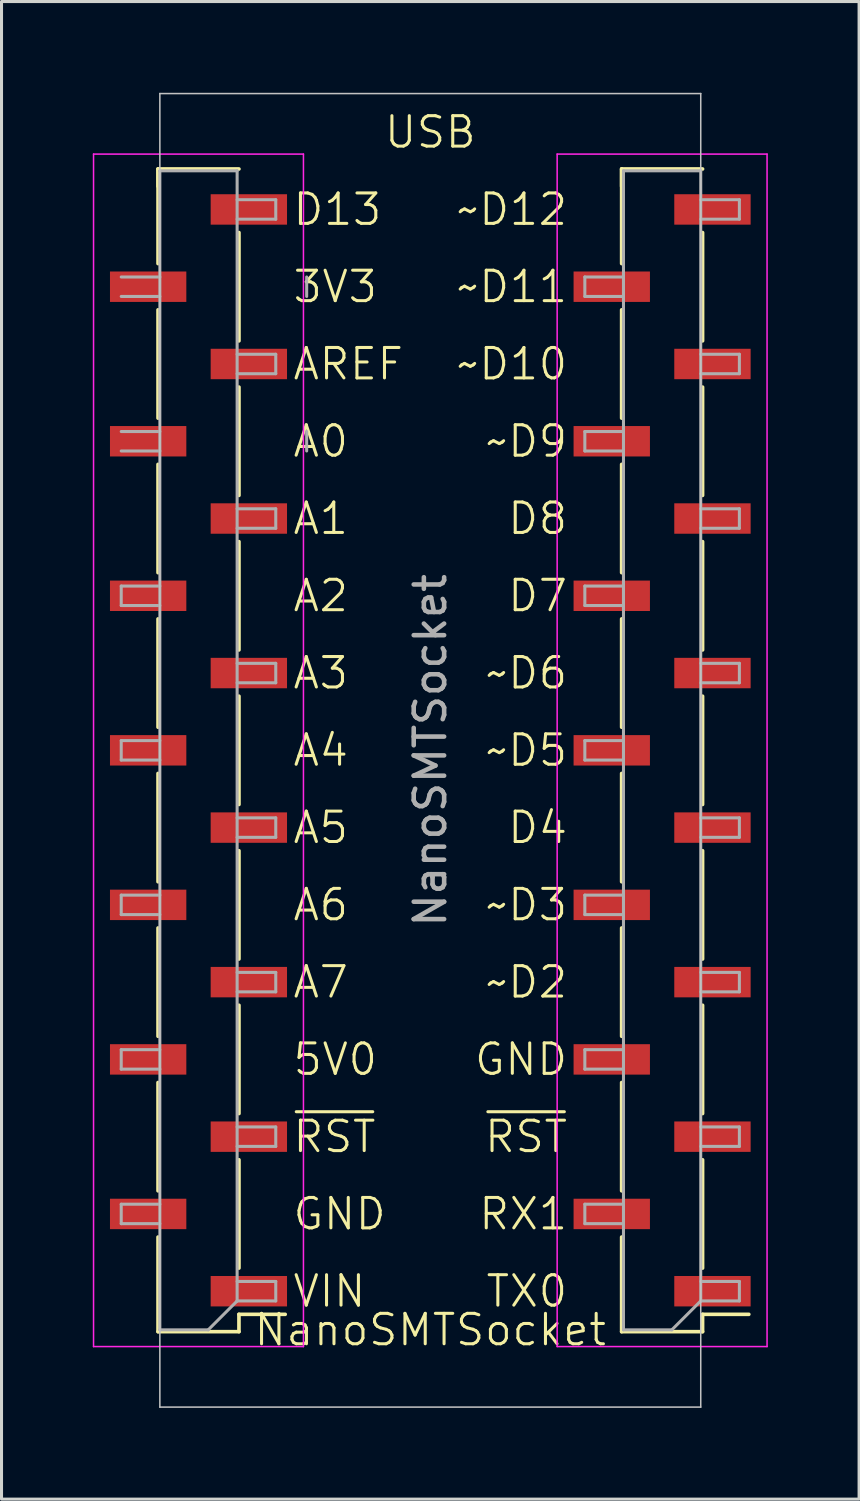
<source format=kicad_pcb>
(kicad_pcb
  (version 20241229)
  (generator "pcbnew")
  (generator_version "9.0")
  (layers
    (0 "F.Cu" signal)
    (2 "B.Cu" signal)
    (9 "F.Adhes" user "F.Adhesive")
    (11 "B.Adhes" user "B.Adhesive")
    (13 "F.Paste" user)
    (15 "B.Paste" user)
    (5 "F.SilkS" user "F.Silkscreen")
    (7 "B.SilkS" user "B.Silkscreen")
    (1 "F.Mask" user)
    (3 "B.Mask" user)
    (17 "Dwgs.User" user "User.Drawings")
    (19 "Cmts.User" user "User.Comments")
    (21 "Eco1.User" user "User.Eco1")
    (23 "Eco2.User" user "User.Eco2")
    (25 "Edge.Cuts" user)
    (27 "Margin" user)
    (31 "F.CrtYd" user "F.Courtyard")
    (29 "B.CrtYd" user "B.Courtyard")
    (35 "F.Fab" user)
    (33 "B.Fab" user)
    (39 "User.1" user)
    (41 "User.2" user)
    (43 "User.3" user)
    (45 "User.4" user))
  (footprint "NanoSMTSocket"
    (layer "F.Cu")
    (at 11.095 21.615)
    (property "Reference" "NanoSMTSocket" (at 0 19.05 0) (unlocked yes) (layer "F.SilkS") (effects (font (size 1 1) (thickness 0.1))))
    (attr smd)
    (fp_line (start -8.95 -18.54) (end -8.95 -19.11) (stroke (width 0.12) (type solid)) (layer "F.SilkS"))
    (fp_line (start -8.95 -16) (end -8.95 -19.11) (stroke (width 0.12) (type solid)) (layer "F.SilkS"))
    (fp_line (start -8.95 -10.92) (end -8.95 -14.48) (stroke (width 0.12) (type solid)) (layer "F.SilkS"))
    (fp_line (start -8.95 -5.84) (end -8.95 -9.4) (stroke (width 0.12) (type solid)) (layer "F.SilkS"))
    (fp_line (start -8.95 -0.76) (end -8.95 -4.32) (stroke (width 0.12) (type solid)) (layer "F.SilkS"))
    (fp_line (start -8.95 4.32) (end -8.95 0.76) (stroke (width 0.12) (type solid)) (layer "F.SilkS"))
    (fp_line (start -8.95 9.4) (end -8.95 5.84) (stroke (width 0.12) (type solid)) (layer "F.SilkS"))
    (fp_line (start -8.95 14.48) (end -8.95 10.92) (stroke (width 0.12) (type solid)) (layer "F.SilkS"))
    (fp_line (start -8.95 19.11) (end -8.95 16) (stroke (width 0.12) (type solid)) (layer "F.SilkS"))
    (fp_line (start -6.29 -19.11) (end -8.95 -19.11) (stroke (width 0.12) (type solid)) (layer "F.SilkS"))
    (fp_line (start -6.29 -13.46) (end -6.29 -17.02) (stroke (width 0.12) (type solid)) (layer "F.SilkS"))
    (fp_line (start -6.29 -8.38) (end -6.29 -11.94) (stroke (width 0.12) (type solid)) (layer "F.SilkS"))
    (fp_line (start -6.29 -3.3) (end -6.29 -6.86) (stroke (width 0.12) (type solid)) (layer "F.SilkS"))
    (fp_line (start -6.29 1.78) (end -6.29 -1.78) (stroke (width 0.12) (type solid)) (layer "F.SilkS"))
    (fp_line (start -6.29 6.86) (end -6.29 3.3) (stroke (width 0.12) (type solid)) (layer "F.SilkS"))
    (fp_line (start -6.29 11.94) (end -6.29 8.38) (stroke (width 0.12) (type solid)) (layer "F.SilkS"))
    (fp_line (start -6.29 17.02) (end -6.29 13.46) (stroke (width 0.12) (type solid)) (layer "F.SilkS"))
    (fp_line (start -6.29 18.54) (end -4.77 18.54) (stroke (width 0.12) (type solid)) (layer "F.SilkS"))
    (fp_line (start -6.29 19.11) (end -8.95 19.11) (stroke (width 0.12) (type solid)) (layer "F.SilkS"))
    (fp_line (start -6.29 19.11) (end -6.29 18.54) (stroke (width 0.12) (type solid)) (layer "F.SilkS"))
    (fp_line (start 6.29 -18.54) (end 6.29 -19.11) (stroke (width 0.12) (type solid)) (layer "F.SilkS"))
    (fp_line (start 6.29 -16) (end 6.29 -19.11) (stroke (width 0.12) (type solid)) (layer "F.SilkS"))
    (fp_line (start 6.29 -10.92) (end 6.29 -14.48) (stroke (width 0.12) (type solid)) (layer "F.SilkS"))
    (fp_line (start 6.29 -5.84) (end 6.29 -9.4) (stroke (width 0.12) (type solid)) (layer "F.SilkS"))
    (fp_line (start 6.29 -0.76) (end 6.29 -4.32) (stroke (width 0.12) (type solid)) (layer "F.SilkS"))
    (fp_line (start 6.29 4.32) (end 6.29 0.76) (stroke (width 0.12) (type solid)) (layer "F.SilkS"))
    (fp_line (start 6.29 9.4) (end 6.29 5.84) (stroke (width 0.12) (type solid)) (layer "F.SilkS"))
    (fp_line (start 6.29 14.48) (end 6.29 10.92) (stroke (width 0.12) (type solid)) (layer "F.SilkS"))
    (fp_line (start 6.29 19.11) (end 6.29 16) (stroke (width 0.12) (type solid)) (layer "F.SilkS"))
    (fp_line (start 8.95 -19.11) (end 6.29 -19.11) (stroke (width 0.12) (type solid)) (layer "F.SilkS"))
    (fp_line (start 8.95 -13.46) (end 8.95 -17.02) (stroke (width 0.12) (type solid)) (layer "F.SilkS"))
    (fp_line (start 8.95 -8.38) (end 8.95 -11.94) (stroke (width 0.12) (type solid)) (layer "F.SilkS"))
    (fp_line (start 8.95 -3.3) (end 8.95 -6.86) (stroke (width 0.12) (type solid)) (layer "F.SilkS"))
    (fp_line (start 8.95 1.78) (end 8.95 -1.78) (stroke (width 0.12) (type solid)) (layer "F.SilkS"))
    (fp_line (start 8.95 6.86) (end 8.95 3.3) (stroke (width 0.12) (type solid)) (layer "F.SilkS"))
    (fp_line (start 8.95 11.94) (end 8.95 8.38) (stroke (width 0.12) (type solid)) (layer "F.SilkS"))
    (fp_line (start 8.95 17.02) (end 8.95 13.46) (stroke (width 0.12) (type solid)) (layer "F.SilkS"))
    (fp_line (start 8.95 18.54) (end 10.47 18.54) (stroke (width 0.12) (type solid)) (layer "F.SilkS"))
    (fp_line (start 8.95 19.11) (end 6.29 19.11) (stroke (width 0.12) (type solid)) (layer "F.SilkS"))
    (fp_line (start 8.95 19.11) (end 8.95 18.54) (stroke (width 0.12) (type solid)) (layer "F.SilkS"))
    (fp_line (start -8.89 -21.59) (end -8.89 21.59) (stroke (width 0.05) (type default)) (layer "Dwgs.User"))
    (fp_line (start -8.89 21.59) (end 8.89 21.59) (stroke (width 0.05) (type default)) (layer "Dwgs.User"))
    (fp_line (start 8.89 -21.59) (end -8.89 -21.59) (stroke (width 0.05) (type default)) (layer "Dwgs.User"))
    (fp_line (start 8.89 21.59) (end 8.89 -21.59) (stroke (width 0.05) (type default)) (layer "Dwgs.User"))
    (fp_line (start -11.07 -19.6) (end -11.07 19.6) (stroke (width 0.05) (type solid)) (layer "F.CrtYd"))
    (fp_line (start -11.07 19.6) (end -4.17 19.6) (stroke (width 0.05) (type solid)) (layer "F.CrtYd"))
    (fp_line (start -4.17 -19.6) (end -11.07 -19.6) (stroke (width 0.05) (type solid)) (layer "F.CrtYd"))
    (fp_line (start -4.17 19.6) (end -4.17 -19.6) (stroke (width 0.05) (type solid)) (layer "F.CrtYd"))
    (fp_line (start 4.17 -19.6) (end 4.17 19.6) (stroke (width 0.05) (type solid)) (layer "F.CrtYd"))
    (fp_line (start 4.17 19.6) (end 11.07 19.6) (stroke (width 0.05) (type solid)) (layer "F.CrtYd"))
    (fp_line (start 11.07 -19.6) (end 4.17 -19.6) (stroke (width 0.05) (type solid)) (layer "F.CrtYd"))
    (fp_line (start 11.07 19.6) (end 11.07 -19.6) (stroke (width 0.05) (type solid)) (layer "F.CrtYd"))
    (fp_line (start -10.16 -15.56) (end -8.89 -15.56) (stroke (width 0.1) (type solid)) (layer "F.Fab"))
    (fp_line (start -10.16 -10.48) (end -8.89 -10.48) (stroke (width 0.1) (type solid)) (layer "F.Fab"))
    (fp_line (start -10.16 -5.4) (end -8.89 -5.4) (stroke (width 0.1) (type solid)) (layer "F.Fab"))
    (fp_line (start -10.16 -4.76) (end -10.16 -5.4) (stroke (width 0.1) (type solid)) (layer "F.Fab"))
    (fp_line (start -10.16 -0.32) (end -8.89 -0.32) (stroke (width 0.1) (type solid)) (layer "F.Fab"))
    (fp_line (start -10.16 0.32) (end -10.16 -0.32) (stroke (width 0.1) (type solid)) (layer "F.Fab"))
    (fp_line (start -10.16 4.76) (end -8.89 4.76) (stroke (width 0.1) (type solid)) (layer "F.Fab"))
    (fp_line (start -10.16 5.4) (end -10.16 4.76) (stroke (width 0.1) (type solid)) (layer "F.Fab"))
    (fp_line (start -10.16 9.84) (end -8.89 9.84) (stroke (width 0.1) (type solid)) (layer "F.Fab"))
    (fp_line (start -10.16 10.48) (end -10.16 9.84) (stroke (width 0.1) (type solid)) (layer "F.Fab"))
    (fp_line (start -10.16 14.92) (end -8.89 14.92) (stroke (width 0.1) (type solid)) (layer "F.Fab"))
    (fp_line (start -10.16 15.56) (end -10.16 14.92) (stroke (width 0.1) (type solid)) (layer "F.Fab"))
    (fp_line (start -8.89 -19.05) (end -6.35 -19.05) (stroke (width 0.1) (type solid)) (layer "F.Fab"))
    (fp_line (start -8.89 -14.92) (end -10.16 -14.92) (stroke (width 0.1) (type solid)) (layer "F.Fab"))
    (fp_line (start -8.89 -9.84) (end -10.16 -9.84) (stroke (width 0.1) (type solid)) (layer "F.Fab"))
    (fp_line (start -8.89 -4.76) (end -10.16 -4.76) (stroke (width 0.1) (type solid)) (layer "F.Fab"))
    (fp_line (start -8.89 0.32) (end -10.16 0.32) (stroke (width 0.1) (type solid)) (layer "F.Fab"))
    (fp_line (start -8.89 5.4) (end -10.16 5.4) (stroke (width 0.1) (type solid)) (layer "F.Fab"))
    (fp_line (start -8.89 10.48) (end -10.16 10.48) (stroke (width 0.1) (type solid)) (layer "F.Fab"))
    (fp_line (start -8.89 15.56) (end -10.16 15.56) (stroke (width 0.1) (type solid)) (layer "F.Fab"))
    (fp_line (start -8.89 19.05) (end -8.89 -19.05) (stroke (width 0.1) (type solid)) (layer "F.Fab"))
    (fp_line (start -7.3 19.05) (end -8.89 19.05) (stroke (width 0.1) (type solid)) (layer "F.Fab"))
    (fp_line (start -6.35 -19.05) (end -6.35 18.1) (stroke (width 0.1) (type solid)) (layer "F.Fab"))
    (fp_line (start -6.35 -17.46) (end -5.08 -17.46) (stroke (width 0.1) (type solid)) (layer "F.Fab"))
    (fp_line (start -6.35 -12.38) (end -5.08 -12.38) (stroke (width 0.1) (type solid)) (layer "F.Fab"))
    (fp_line (start -6.35 -7.3) (end -5.08 -7.3) (stroke (width 0.1) (type solid)) (layer "F.Fab"))
    (fp_line (start -6.35 -2.22) (end -5.08 -2.22) (stroke (width 0.1) (type solid)) (layer "F.Fab"))
    (fp_line (start -6.35 2.86) (end -5.08 2.86) (stroke (width 0.1) (type solid)) (layer "F.Fab"))
    (fp_line (start -6.35 7.94) (end -5.08 7.94) (stroke (width 0.1) (type solid)) (layer "F.Fab"))
    (fp_line (start -6.35 13.02) (end -5.08 13.02) (stroke (width 0.1) (type solid)) (layer "F.Fab"))
    (fp_line (start -6.35 18.1) (end -7.3 19.05) (stroke (width 0.1) (type solid)) (layer "F.Fab"))
    (fp_line (start -6.35 18.1) (end -5.08 18.1) (stroke (width 0.1) (type solid)) (layer "F.Fab"))
    (fp_line (start -5.08 -18.1) (end -6.35 -18.1) (stroke (width 0.1) (type solid)) (layer "F.Fab"))
    (fp_line (start -5.08 -17.46) (end -5.08 -18.1) (stroke (width 0.1) (type solid)) (layer "F.Fab"))
    (fp_line (start -5.08 -13.02) (end -6.35 -13.02) (stroke (width 0.1) (type solid)) (layer "F.Fab"))
    (fp_line (start -5.08 -12.38) (end -5.08 -13.02) (stroke (width 0.1) (type solid)) (layer "F.Fab"))
    (fp_line (start -5.08 -7.94) (end -6.35 -7.94) (stroke (width 0.1) (type solid)) (layer "F.Fab"))
    (fp_line (start -5.08 -7.3) (end -5.08 -7.94) (stroke (width 0.1) (type solid)) (layer "F.Fab"))
    (fp_line (start -5.08 -2.86) (end -6.35 -2.86) (stroke (width 0.1) (type solid)) (layer "F.Fab"))
    (fp_line (start -5.08 -2.22) (end -5.08 -2.86) (stroke (width 0.1) (type solid)) (layer "F.Fab"))
    (fp_line (start -5.08 2.22) (end -6.35 2.22) (stroke (width 0.1) (type solid)) (layer "F.Fab"))
    (fp_line (start -5.08 2.86) (end -5.08 2.22) (stroke (width 0.1) (type solid)) (layer "F.Fab"))
    (fp_line (start -5.08 7.3) (end -6.35 7.3) (stroke (width 0.1) (type solid)) (layer "F.Fab"))
    (fp_line (start -5.08 7.94) (end -5.08 7.3) (stroke (width 0.1) (type solid)) (layer "F.Fab"))
    (fp_line (start -5.08 12.38) (end -6.35 12.38) (stroke (width 0.1) (type solid)) (layer "F.Fab"))
    (fp_line (start -5.08 13.02) (end -5.08 12.38) (stroke (width 0.1) (type solid)) (layer "F.Fab"))
    (fp_line (start -5.08 17.46) (end -6.35 17.46) (stroke (width 0.1) (type solid)) (layer "F.Fab"))
    (fp_line (start -5.08 18.1) (end -5.08 17.46) (stroke (width 0.1) (type solid)) (layer "F.Fab"))
    (fp_line (start -4.064 -14.92) (end -4.064 -15.56) (stroke (width 0.1) (type solid)) (layer "F.Fab"))
    (fp_line (start -4.064 -9.84) (end -4.064 -10.48) (stroke (width 0.1) (type solid)) (layer "F.Fab"))
    (fp_line (start 5.08 -15.56) (end 6.35 -15.56) (stroke (width 0.1) (type solid)) (layer "F.Fab"))
    (fp_line (start 5.08 -14.92) (end 5.08 -15.56) (stroke (width 0.1) (type solid)) (layer "F.Fab"))
    (fp_line (start 5.08 -10.48) (end 6.35 -10.48) (stroke (width 0.1) (type solid)) (layer "F.Fab"))
    (fp_line (start 5.08 -9.84) (end 5.08 -10.48) (stroke (width 0.1) (type solid)) (layer "F.Fab"))
    (fp_line (start 5.08 -5.4) (end 6.35 -5.4) (stroke (width 0.1) (type solid)) (layer "F.Fab"))
    (fp_line (start 5.08 -4.76) (end 5.08 -5.4) (stroke (width 0.1) (type solid)) (layer "F.Fab"))
    (fp_line (start 5.08 -0.32) (end 6.35 -0.32) (stroke (width 0.1) (type solid)) (layer "F.Fab"))
    (fp_line (start 5.08 0.32) (end 5.08 -0.32) (stroke (width 0.1) (type solid)) (layer "F.Fab"))
    (fp_line (start 5.08 4.76) (end 6.35 4.76) (stroke (width 0.1) (type solid)) (layer "F.Fab"))
    (fp_line (start 5.08 5.4) (end 5.08 4.76) (stroke (width 0.1) (type solid)) (layer "F.Fab"))
    (fp_line (start 5.08 9.84) (end 6.35 9.84) (stroke (width 0.1) (type solid)) (layer "F.Fab"))
    (fp_line (start 5.08 10.48) (end 5.08 9.84) (stroke (width 0.1) (type solid)) (layer "F.Fab"))
    (fp_line (start 5.08 14.92) (end 6.35 14.92) (stroke (width 0.1) (type solid)) (layer "F.Fab"))
    (fp_line (start 5.08 15.56) (end 5.08 14.92) (stroke (width 0.1) (type solid)) (layer "F.Fab"))
    (fp_line (start 6.35 -19.05) (end 8.89 -19.05) (stroke (width 0.1) (type solid)) (layer "F.Fab"))
    (fp_line (start 6.35 -14.92) (end 5.08 -14.92) (stroke (width 0.1) (type solid)) (layer "F.Fab"))
    (fp_line (start 6.35 -9.84) (end 5.08 -9.84) (stroke (width 0.1) (type solid)) (layer "F.Fab"))
    (fp_line (start 6.35 -4.76) (end 5.08 -4.76) (stroke (width 0.1) (type solid)) (layer "F.Fab"))
    (fp_line (start 6.35 0.32) (end 5.08 0.32) (stroke (width 0.1) (type solid)) (layer "F.Fab"))
    (fp_line (start 6.35 5.4) (end 5.08 5.4) (stroke (width 0.1) (type solid)) (layer "F.Fab"))
    (fp_line (start 6.35 10.48) (end 5.08 10.48) (stroke (width 0.1) (type solid)) (layer "F.Fab"))
    (fp_line (start 6.35 15.56) (end 5.08 15.56) (stroke (width 0.1) (type solid)) (layer "F.Fab"))
    (fp_line (start 6.35 19.05) (end 6.35 -19.05) (stroke (width 0.1) (type solid)) (layer "F.Fab"))
    (fp_line (start 7.94 19.05) (end 6.35 19.05) (stroke (width 0.1) (type solid)) (layer "F.Fab"))
    (fp_line (start 8.89 -19.05) (end 8.89 18.1) (stroke (width 0.1) (type solid)) (layer "F.Fab"))
    (fp_line (start 8.89 -17.46) (end 10.16 -17.46) (stroke (width 0.1) (type solid)) (layer "F.Fab"))
    (fp_line (start 8.89 -12.38) (end 10.16 -12.38) (stroke (width 0.1) (type solid)) (layer "F.Fab"))
    (fp_line (start 8.89 -7.3) (end 10.16 -7.3) (stroke (width 0.1) (type solid)) (layer "F.Fab"))
    (fp_line (start 8.89 -2.22) (end 10.16 -2.22) (stroke (width 0.1) (type solid)) (layer "F.Fab"))
    (fp_line (start 8.89 2.86) (end 10.16 2.86) (stroke (width 0.1) (type solid)) (layer "F.Fab"))
    (fp_line (start 8.89 7.94) (end 10.16 7.94) (stroke (width 0.1) (type solid)) (layer "F.Fab"))
    (fp_line (start 8.89 13.02) (end 10.16 13.02) (stroke (width 0.1) (type solid)) (layer "F.Fab"))
    (fp_line (start 8.89 18.1) (end 7.94 19.05) (stroke (width 0.1) (type solid)) (layer "F.Fab"))
    (fp_line (start 8.89 18.1) (end 10.16 18.1) (stroke (width 0.1) (type solid)) (layer "F.Fab"))
    (fp_line (start 10.16 -18.1) (end 8.89 -18.1) (stroke (width 0.1) (type solid)) (layer "F.Fab"))
    (fp_line (start 10.16 -17.46) (end 10.16 -18.1) (stroke (width 0.1) (type solid)) (layer "F.Fab"))
    (fp_line (start 10.16 -13.02) (end 8.89 -13.02) (stroke (width 0.1) (type solid)) (layer "F.Fab"))
    (fp_line (start 10.16 -12.38) (end 10.16 -13.02) (stroke (width 0.1) (type solid)) (layer "F.Fab"))
    (fp_line (start 10.16 -7.94) (end 8.89 -7.94) (stroke (width 0.1) (type solid)) (layer "F.Fab"))
    (fp_line (start 10.16 -7.3) (end 10.16 -7.94) (stroke (width 0.1) (type solid)) (layer "F.Fab"))
    (fp_line (start 10.16 -2.86) (end 8.89 -2.86) (stroke (width 0.1) (type solid)) (layer "F.Fab"))
    (fp_line (start 10.16 -2.22) (end 10.16 -2.86) (stroke (width 0.1) (type solid)) (layer "F.Fab"))
    (fp_line (start 10.16 2.22) (end 8.89 2.22) (stroke (width 0.1) (type solid)) (layer "F.Fab"))
    (fp_line (start 10.16 2.86) (end 10.16 2.22) (stroke (width 0.1) (type solid)) (layer "F.Fab"))
    (fp_line (start 10.16 7.3) (end 8.89 7.3) (stroke (width 0.1) (type solid)) (layer "F.Fab"))
    (fp_line (start 10.16 7.94) (end 10.16 7.3) (stroke (width 0.1) (type solid)) (layer "F.Fab"))
    (fp_line (start 10.16 12.38) (end 8.89 12.38) (stroke (width 0.1) (type solid)) (layer "F.Fab"))
    (fp_line (start 10.16 13.02) (end 10.16 12.38) (stroke (width 0.1) (type solid)) (layer "F.Fab"))
    (fp_line (start 10.16 17.46) (end 8.89 17.46) (stroke (width 0.1) (type solid)) (layer "F.Fab"))
    (fp_line (start 10.16 18.1) (end 10.16 17.46) (stroke (width 0.1) (type solid)) (layer "F.Fab"))
    (fp_text user "VIN" (at -4.572 17.78 180) (layer "F.SilkS") (effects (font (size 1 1) (thickness 0.1)) (justify left)))
    (fp_text user "AREF" (at -4.572 -12.7 180) (layer "F.SilkS") (effects (font (size 1 1) (thickness 0.1)) (justify left)))
    (fp_text user "3V3" (at -4.572 -15.24 180) (layer "F.SilkS") (effects (font (size 1 1) (thickness 0.1)) (justify left)))
    (fp_text user "GND" (at -4.572 15.24 180) (layer "F.SilkS") (effects (font (size 1 1) (thickness 0.1)) (justify left)))
    (fp_text user "~D3" (at 4.572 5.08 180) (layer "F.SilkS") (effects (font (size 1 1) (thickness 0.1)) (justify right)))
    (fp_text user "~D5" (at 4.572 0 180) (layer "F.SilkS") (effects (font (size 1 1) (thickness 0.1)) (justify right)))
    (fp_text user "~D2" (at 4.572 7.62 180) (layer "F.SilkS") (effects (font (size 1 1) (thickness 0.1)) (justify right)))
    (fp_text user "A2" (at -4.572 -5.08 180) (layer "F.SilkS") (effects (font (size 1 1) (thickness 0.1)) (justify left)))
    (fp_text user "A6" (at -4.572 5.08 180) (layer "F.SilkS") (effects (font (size 1 1) (thickness 0.1)) (justify left)))
    (fp_text user "USB" (at 0 -20.32 180) (layer "F.SilkS") (effects (font (size 1 1) (thickness 0.1))))
    (fp_text user "~{RST}" (at 4.572 12.7 180) (layer "F.SilkS") (effects (font (size 1 1) (thickness 0.1)) (justify right)))
    (fp_text user "A4" (at -4.572 0 180) (layer "F.SilkS") (effects (font (size 1 1) (thickness 0.1)) (justify left)))
    (fp_text user "TX0" (at 4.572 17.78 180) (layer "F.SilkS") (effects (font (size 1 1) (thickness 0.1)) (justify right)))
    (fp_text user "~{RST}" (at -4.572 12.7 180) (layer "F.SilkS") (effects (font (size 1 1) (thickness 0.1)) (justify left)))
    (fp_text user "A5" (at -4.572 2.54 180) (layer "F.SilkS") (effects (font (size 1 1) (thickness 0.1)) (justify left)))
    (fp_text user "~D12" (at 4.572 -17.78 180) (layer "F.SilkS") (effects (font (size 1 1) (thickness 0.1)) (justify right)))
    (fp_text user "A7" (at -4.572 7.62 180) (layer "F.SilkS") (effects (font (size 1 1) (thickness 0.1)) (justify left)))
    (fp_text user "~D9" (at 4.572 -10.16 180) (layer "F.SilkS") (effects (font (size 1 1) (thickness 0.1)) (justify right)))
    (fp_text user "D13" (at -4.572 -17.78 180) (layer "F.SilkS") (effects (font (size 1 1) (thickness 0.1)) (justify left)))
    (fp_text user "5V0" (at -4.572 10.16 180) (layer "F.SilkS") (effects (font (size 1 1) (thickness 0.1)) (justify left)))
    (fp_text user "A1" (at -4.572 -7.62 180) (layer "F.SilkS") (effects (font (size 1 1) (thickness 0.1)) (justify left)))
    (fp_text user "~D10" (at 4.572 -12.7 180) (layer "F.SilkS") (effects (font (size 1 1) (thickness 0.1)) (justify right)))
    (fp_text user "~D11" (at 4.572 -15.24 180) (layer "F.SilkS") (effects (font (size 1 1) (thickness 0.1)) (justify right)))
    (fp_text user "A0" (at -4.572 -10.16 180) (layer "F.SilkS") (effects (font (size 1 1) (thickness 0.1)) (justify left)))
    (fp_text user "D8" (at 4.572 -7.62 180) (layer "F.SilkS") (effects (font (size 1 1) (thickness 0.1)) (justify right)))
    (fp_text user "D4" (at 4.572 2.54 180) (layer "F.SilkS") (effects (font (size 1 1) (thickness 0.1)) (justify right)))
    (fp_text user "~D6" (at 4.572 -2.54 180) (layer "F.SilkS") (effects (font (size 1 1) (thickness 0.1)) (justify right)))
    (fp_text user "RX1" (at 4.572 15.24 180) (layer "F.SilkS") (effects (font (size 1 1) (thickness 0.1)) (justify right)))
    (fp_text user "GND" (at 4.572 10.16 180) (layer "F.SilkS") (effects (font (size 1 1) (thickness 0.1)) (justify right)))
    (fp_text user "D7" (at 4.572 -5.08 180) (layer "F.SilkS") (effects (font (size 1 1) (thickness 0.1)) (justify right)))
    (fp_text user "A3" (at -4.572 -2.54 180) (layer "F.SilkS") (effects (font (size 1 1) (thickness 0.1)) (justify left)))
    (fp_text user "${REFERENCE}" (at 0 0 90) (unlocked yes) (layer "F.Fab") (effects (font (size 1 1) (thickness 0.15))))
    (pad "1" smd rect (at 9.275 17.78 180) (size 2.51 1) (layers "F.Cu" "F.Mask" "F.Paste"))
    (pad "2" smd rect (at 5.965 15.24 180) (size 2.51 1) (layers "F.Cu" "F.Mask" "F.Paste"))
    (pad "3" smd rect (at 9.275 12.7 180) (size 2.51 1) (layers "F.Cu" "F.Mask" "F.Paste"))
    (pad "4" smd rect (at 5.965 10.16 180) (size 2.51 1) (layers "F.Cu" "F.Mask" "F.Paste"))
    (pad "5" smd rect (at 9.275 7.62 180) (size 2.51 1) (layers "F.Cu" "F.Mask" "F.Paste"))
    (pad "6" smd rect (at 5.965 5.08 180) (size 2.51 1) (layers "F.Cu" "F.Mask" "F.Paste"))
    (pad "7" smd rect (at 9.275 2.54 180) (size 2.51 1) (layers "F.Cu" "F.Mask" "F.Paste"))
    (pad "8" smd rect (at 5.965 0 180) (size 2.51 1) (layers "F.Cu" "F.Mask" "F.Paste"))
    (pad "9" smd rect (at 9.275 -2.54 180) (size 2.51 1) (layers "F.Cu" "F.Mask" "F.Paste"))
    (pad "10" smd rect (at 5.965 -5.08 180) (size 2.51 1) (layers "F.Cu" "F.Mask" "F.Paste"))
    (pad "11" smd rect (at 9.275 -7.62 180) (size 2.51 1) (layers "F.Cu" "F.Mask" "F.Paste"))
    (pad "12" smd rect (at 5.965 -10.16 180) (size 2.51 1) (layers "F.Cu" "F.Mask" "F.Paste"))
    (pad "13" smd rect (at 9.275 -12.7 180) (size 2.51 1) (layers "F.Cu" "F.Mask" "F.Paste"))
    (pad "14" smd rect (at 5.965 -15.24 180) (size 2.51 1) (layers "F.Cu" "F.Mask" "F.Paste"))
    (pad "15" smd rect (at 9.275 -17.78 180) (size 2.51 1) (layers "F.Cu" "F.Mask" "F.Paste"))
    (pad "16" smd rect (at -5.965 -17.78 180) (size 2.51 1) (layers "F.Cu" "F.Mask" "F.Paste"))
    (pad "17" smd rect (at -9.275 -15.24 180) (size 2.51 1) (layers "F.Cu" "F.Mask" "F.Paste"))
    (pad "18" smd rect (at -5.965 -12.7 180) (size 2.51 1) (layers "F.Cu" "F.Mask" "F.Paste"))
    (pad "19" smd rect (at -9.275 -10.16 180) (size 2.51 1) (layers "F.Cu" "F.Mask" "F.Paste"))
    (pad "20" smd rect (at -5.965 -7.62 180) (size 2.51 1) (layers "F.Cu" "F.Mask" "F.Paste"))
    (pad "21" smd rect (at -9.275 -5.08 180) (size 2.51 1) (layers "F.Cu" "F.Mask" "F.Paste"))
    (pad "22" smd rect (at -5.965 -2.54 180) (size 2.51 1) (layers "F.Cu" "F.Mask" "F.Paste"))
    (pad "23" smd rect (at -9.275 0 180) (size 2.51 1) (layers "F.Cu" "F.Mask" "F.Paste"))
    (pad "24" smd rect (at -5.965 2.54 180) (size 2.51 1) (layers "F.Cu" "F.Mask" "F.Paste"))
    (pad "25" smd rect (at -9.275 5.08 180) (size 2.51 1) (layers "F.Cu" "F.Mask" "F.Paste"))
    (pad "26" smd rect (at -5.965 7.62 180) (size 2.51 1) (layers "F.Cu" "F.Mask" "F.Paste"))
    (pad "27" smd rect (at -9.275 10.16 180) (size 2.51 1) (layers "F.Cu" "F.Mask" "F.Paste"))
    (pad "28" smd rect (at -5.965 12.7 180) (size 2.51 1) (layers "F.Cu" "F.Mask" "F.Paste"))
    (pad "29" smd rect (at -9.275 15.24 180) (size 2.51 1) (layers "F.Cu" "F.Mask" "F.Paste"))
    (pad "30" smd rect (at -5.965 17.78 180) (size 2.51 1) (layers "F.Cu" "F.Mask" "F.Paste")))
  (gr_rect
    (start -3 -3)
    (end 25.19 46.23)
    (stroke (width 0.1) (type default))
    (fill no)
    (layer "Edge.Cuts")))
</source>
